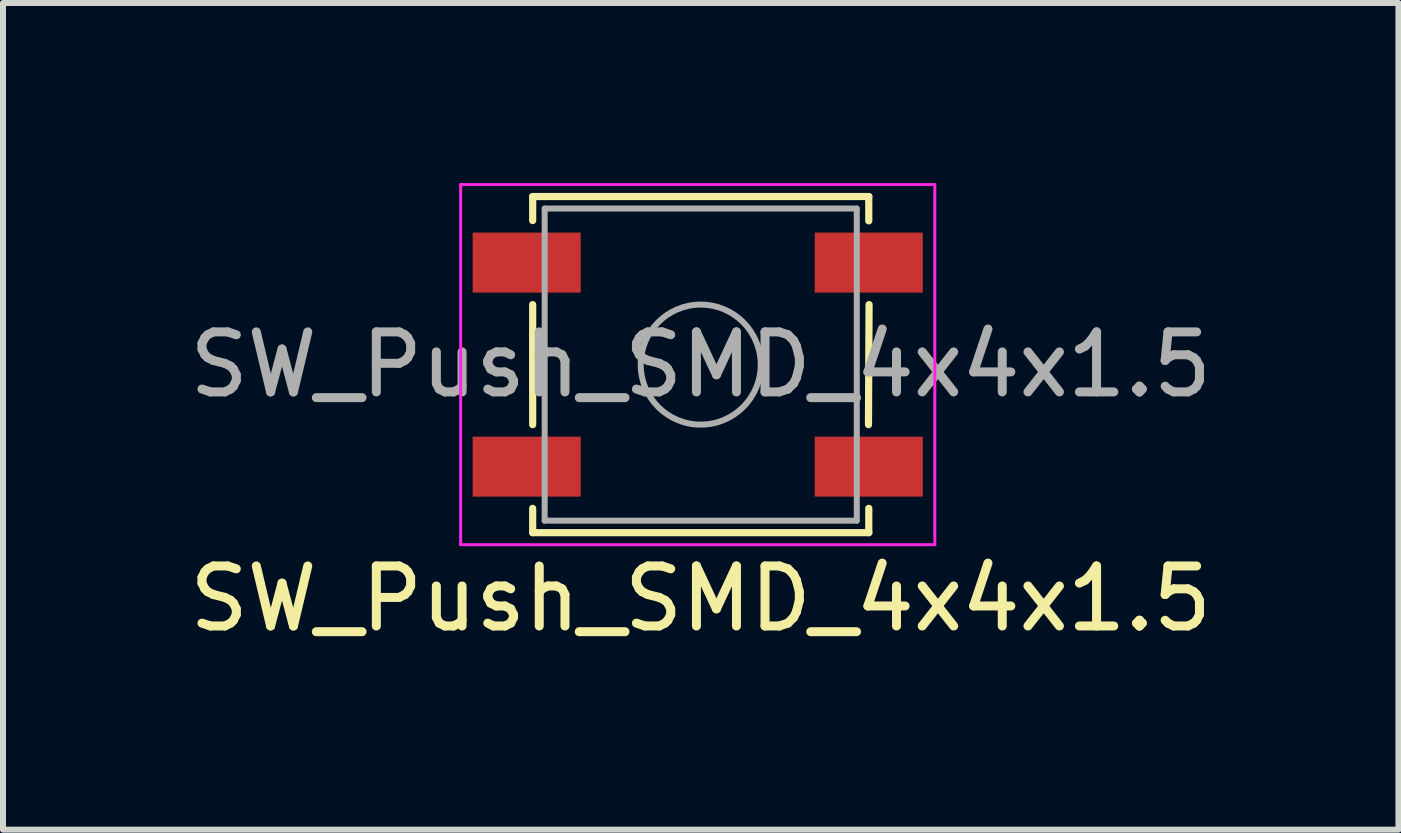
<source format=kicad_pcb>
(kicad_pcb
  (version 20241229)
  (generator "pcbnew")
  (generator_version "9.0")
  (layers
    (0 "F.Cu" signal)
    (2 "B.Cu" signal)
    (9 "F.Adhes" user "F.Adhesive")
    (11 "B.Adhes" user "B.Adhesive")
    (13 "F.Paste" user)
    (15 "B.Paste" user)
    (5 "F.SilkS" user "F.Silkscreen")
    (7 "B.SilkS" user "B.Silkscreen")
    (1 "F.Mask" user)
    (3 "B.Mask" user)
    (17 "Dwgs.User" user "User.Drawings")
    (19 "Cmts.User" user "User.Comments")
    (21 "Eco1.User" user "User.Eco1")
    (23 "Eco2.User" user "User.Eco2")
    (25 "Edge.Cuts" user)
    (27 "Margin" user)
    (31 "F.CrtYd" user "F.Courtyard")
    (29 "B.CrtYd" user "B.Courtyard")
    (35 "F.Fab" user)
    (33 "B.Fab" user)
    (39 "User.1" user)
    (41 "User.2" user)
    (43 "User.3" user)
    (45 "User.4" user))
  (footprint "SW_Push_SMD_4x4x1.5"
    (layer "F.Cu")
    (at 8.625 3.025)
    (property "Reference" "SW_Push_SMD_4x4x1.5" (at 0 3.9 0) (layer "F.SilkS") (effects (font (size 1 1) (thickness 0.15))))
    (attr smd)
    (fp_line (start -2.8 -2.8) (end -2.8 -2.4) (stroke (width 0.12) (type solid)) (layer "F.SilkS"))
    (fp_line (start -2.8 -1) (end -2.8 1) (stroke (width 0.12) (type solid)) (layer "F.SilkS"))
    (fp_line (start -2.8 2.395) (end -2.8 2.8) (stroke (width 0.12) (type solid)) (layer "F.SilkS"))
    (fp_line (start -2.8 2.8) (end 2.8 2.8) (stroke (width 0.12) (type solid)) (layer "F.SilkS"))
    (fp_line (start 2.795 1) (end 2.805 -1) (stroke (width 0.12) (type solid)) (layer "F.SilkS"))
    (fp_line (start 2.8 -2.8) (end -2.8 -2.8) (stroke (width 0.12) (type solid)) (layer "F.SilkS"))
    (fp_line (start 2.8 -2.395) (end 2.8 -2.8) (stroke (width 0.12) (type solid)) (layer "F.SilkS"))
    (fp_line (start 2.8 2.8) (end 2.8 2.395) (stroke (width 0.12) (type solid)) (layer "F.SilkS"))
    (fp_line (start -4 -3) (end 3.9 -3) (stroke (width 0.05) (type solid)) (layer "F.CrtYd"))
    (fp_line (start -4 3) (end -4 -3) (stroke (width 0.05) (type solid)) (layer "F.CrtYd"))
    (fp_line (start 3.9 -3) (end 3.9 3) (stroke (width 0.05) (type solid)) (layer "F.CrtYd"))
    (fp_line (start 3.9 3) (end -4 3) (stroke (width 0.05) (type solid)) (layer "F.CrtYd"))
    (fp_line (start -2.6 -2.6) (end 2.6 -2.6) (stroke (width 0.1) (type solid)) (layer "F.Fab"))
    (fp_line (start -2.6 2.6) (end -2.6 -2.6) (stroke (width 0.1) (type solid)) (layer "F.Fab"))
    (fp_line (start 2.6 -2.6) (end 2.6 2.6) (stroke (width 0.1) (type solid)) (layer "F.Fab"))
    (fp_line (start 2.6 2.6) (end -2.6 2.6) (stroke (width 0.1) (type solid)) (layer "F.Fab"))
    (fp_circle (center 0 0) (end 1 0) (stroke (width 0.1) (type solid)) (fill no) (layer "F.Fab"))
    (fp_text user "${REFERENCE}" (at 0 0 0) (layer "F.Fab") (effects (font (size 1 1) (thickness 0.15))))
    (pad "1" smd rect (at -2.9 -1.7) (size 1.8 1) (layers "F.Cu" "F.Mask" "F.Paste"))
    (pad "1" smd rect (at 2.8 -1.7) (size 1.8 1) (layers "F.Cu" "F.Mask" "F.Paste"))
    (pad "2" smd rect (at -2.9 1.7) (size 1.8 1) (layers "F.Cu" "F.Mask" "F.Paste"))
    (pad "2" smd rect (at 2.8 1.7) (size 1.8 1) (layers "F.Cu" "F.Mask" "F.Paste")))
  (gr_rect
    (start -3 -3)
    (end 20.25 10.773)
    (stroke (width 0.1) (type default))
    (fill no)
    (layer "Edge.Cuts")))
</source>
